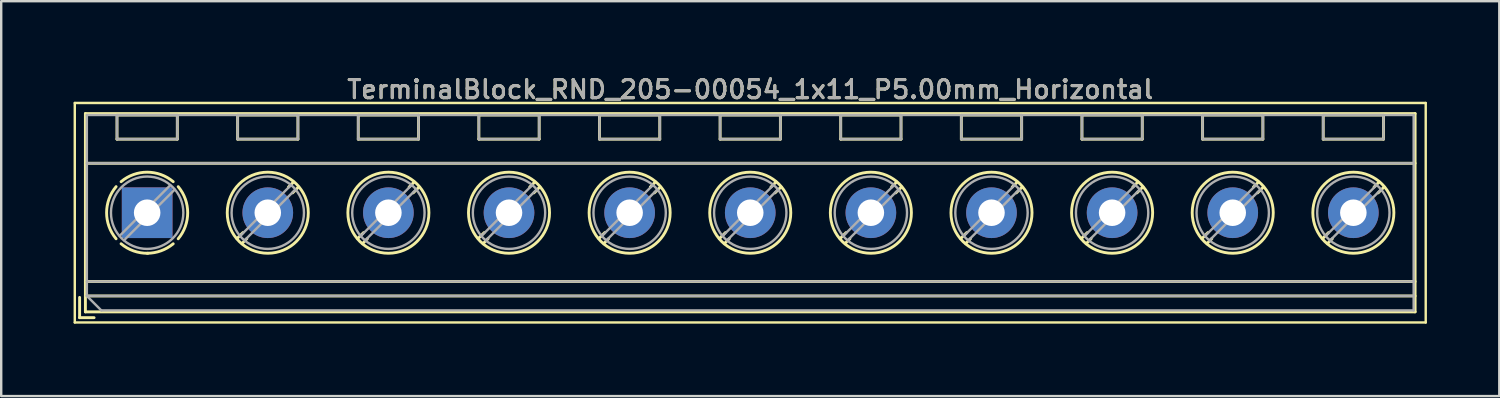
<source format=kicad_pcb>
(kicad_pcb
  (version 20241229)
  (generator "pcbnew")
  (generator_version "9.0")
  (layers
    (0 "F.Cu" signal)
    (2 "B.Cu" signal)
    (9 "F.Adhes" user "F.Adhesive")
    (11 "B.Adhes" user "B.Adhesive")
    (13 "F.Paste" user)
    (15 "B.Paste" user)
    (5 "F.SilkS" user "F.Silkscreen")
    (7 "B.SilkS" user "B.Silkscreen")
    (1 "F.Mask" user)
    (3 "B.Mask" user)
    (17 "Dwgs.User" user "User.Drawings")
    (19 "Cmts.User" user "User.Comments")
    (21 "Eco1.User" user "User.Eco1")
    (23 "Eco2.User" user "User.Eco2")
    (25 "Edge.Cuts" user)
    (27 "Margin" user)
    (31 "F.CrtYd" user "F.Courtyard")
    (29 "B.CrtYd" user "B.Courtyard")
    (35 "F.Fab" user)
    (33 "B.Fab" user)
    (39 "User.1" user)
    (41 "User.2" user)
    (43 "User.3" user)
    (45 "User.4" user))
  (footprint "TerminalBlock_RND_205-00054_1x11_P5.00mm_Horizontal"
    (layer "F.Cu")
    (at 3.05 5.768)
    (property "Reference" "TerminalBlock_RND_205-00054_1x11_P5.00mm_Horizontal" (at 25 -5.11 0) (layer "F.SilkS") (effects (font (size 0.75 0.75) (thickness 0.125))))
    (attr through_hole)
    (fp_line (start -3 -4.55) (end -3 4.55) (stroke (width 0.1) (type solid)) (layer "F.SilkS"))
    (fp_line (start -3 4.55) (end 53 4.55) (stroke (width 0.1) (type solid)) (layer "F.SilkS"))
    (fp_line (start -2.8 3.51) (end -2.8 4.35) (stroke (width 0.12) (type solid)) (layer "F.SilkS"))
    (fp_line (start -2.8 4.35) (end -2.2 4.35) (stroke (width 0.12) (type solid)) (layer "F.SilkS"))
    (fp_line (start -2.56 -4.11) (end -2.56 4.11) (stroke (width 0.12) (type solid)) (layer "F.SilkS"))
    (fp_line (start -2.56 -4.11) (end 52.56 -4.11) (stroke (width 0.12) (type solid)) (layer "F.SilkS"))
    (fp_line (start -2.56 -2.05) (end 52.56 -2.05) (stroke (width 0.12) (type solid)) (layer "F.SilkS"))
    (fp_line (start -2.56 2.85) (end 52.56 2.85) (stroke (width 0.12) (type solid)) (layer "F.SilkS"))
    (fp_line (start -2.56 3.45) (end 52.56 3.45) (stroke (width 0.12) (type solid)) (layer "F.SilkS"))
    (fp_line (start -2.56 4.11) (end 52.56 4.11) (stroke (width 0.12) (type solid)) (layer "F.SilkS"))
    (fp_line (start -1.25 -4.05) (end -1.25 -3.05) (stroke (width 0.12) (type solid)) (layer "F.SilkS"))
    (fp_line (start -1.25 -4.05) (end 1.25 -4.05) (stroke (width 0.12) (type solid)) (layer "F.SilkS"))
    (fp_line (start -1.25 -3.05) (end 1.25 -3.05) (stroke (width 0.12) (type solid)) (layer "F.SilkS"))
    (fp_line (start 1.25 -4.05) (end 1.25 -3.05) (stroke (width 0.12) (type solid)) (layer "F.SilkS"))
    (fp_line (start 3.75 -4.05) (end 3.75 -3.05) (stroke (width 0.12) (type solid)) (layer "F.SilkS"))
    (fp_line (start 3.75 -4.05) (end 6.25 -4.05) (stroke (width 0.12) (type solid)) (layer "F.SilkS"))
    (fp_line (start 3.75 -3.05) (end 6.25 -3.05) (stroke (width 0.12) (type solid)) (layer "F.SilkS"))
    (fp_line (start 3.972 0.823) (end 3.726 1.069) (stroke (width 0.12) (type solid)) (layer "F.SilkS"))
    (fp_line (start 4.13 1.075) (end 3.931 1.274) (stroke (width 0.12) (type solid)) (layer "F.SilkS"))
    (fp_line (start 6.07 -1.275) (end 5.859 -1.064) (stroke (width 0.12) (type solid)) (layer "F.SilkS"))
    (fp_line (start 6.25 -4.05) (end 6.25 -3.05) (stroke (width 0.12) (type solid)) (layer "F.SilkS"))
    (fp_line (start 6.275 -1.069) (end 6.029 -0.823) (stroke (width 0.12) (type solid)) (layer "F.SilkS"))
    (fp_line (start 8.75 -4.05) (end 8.75 -3.05) (stroke (width 0.12) (type solid)) (layer "F.SilkS"))
    (fp_line (start 8.75 -4.05) (end 11.25 -4.05) (stroke (width 0.12) (type solid)) (layer "F.SilkS"))
    (fp_line (start 8.75 -3.05) (end 11.25 -3.05) (stroke (width 0.12) (type solid)) (layer "F.SilkS"))
    (fp_line (start 8.972 0.823) (end 8.726 1.069) (stroke (width 0.12) (type solid)) (layer "F.SilkS"))
    (fp_line (start 9.13 1.075) (end 8.931 1.274) (stroke (width 0.12) (type solid)) (layer "F.SilkS"))
    (fp_line (start 11.07 -1.275) (end 10.859 -1.064) (stroke (width 0.12) (type solid)) (layer "F.SilkS"))
    (fp_line (start 11.25 -4.05) (end 11.25 -3.05) (stroke (width 0.12) (type solid)) (layer "F.SilkS"))
    (fp_line (start 11.275 -1.069) (end 11.029 -0.823) (stroke (width 0.12) (type solid)) (layer "F.SilkS"))
    (fp_line (start 13.75 -4.05) (end 13.75 -3.05) (stroke (width 0.12) (type solid)) (layer "F.SilkS"))
    (fp_line (start 13.75 -4.05) (end 16.25 -4.05) (stroke (width 0.12) (type solid)) (layer "F.SilkS"))
    (fp_line (start 13.75 -3.05) (end 16.25 -3.05) (stroke (width 0.12) (type solid)) (layer "F.SilkS"))
    (fp_line (start 13.972 0.823) (end 13.726 1.069) (stroke (width 0.12) (type solid)) (layer "F.SilkS"))
    (fp_line (start 14.13 1.075) (end 13.931 1.274) (stroke (width 0.12) (type solid)) (layer "F.SilkS"))
    (fp_line (start 16.07 -1.275) (end 15.859 -1.064) (stroke (width 0.12) (type solid)) (layer "F.SilkS"))
    (fp_line (start 16.25 -4.05) (end 16.25 -3.05) (stroke (width 0.12) (type solid)) (layer "F.SilkS"))
    (fp_line (start 16.275 -1.069) (end 16.029 -0.823) (stroke (width 0.12) (type solid)) (layer "F.SilkS"))
    (fp_line (start 18.75 -4.05) (end 18.75 -3.05) (stroke (width 0.12) (type solid)) (layer "F.SilkS"))
    (fp_line (start 18.75 -4.05) (end 21.25 -4.05) (stroke (width 0.12) (type solid)) (layer "F.SilkS"))
    (fp_line (start 18.75 -3.05) (end 21.25 -3.05) (stroke (width 0.12) (type solid)) (layer "F.SilkS"))
    (fp_line (start 18.972 0.823) (end 18.726 1.069) (stroke (width 0.12) (type solid)) (layer "F.SilkS"))
    (fp_line (start 19.13 1.075) (end 18.931 1.274) (stroke (width 0.12) (type solid)) (layer "F.SilkS"))
    (fp_line (start 21.07 -1.275) (end 20.859 -1.064) (stroke (width 0.12) (type solid)) (layer "F.SilkS"))
    (fp_line (start 21.25 -4.05) (end 21.25 -3.05) (stroke (width 0.12) (type solid)) (layer "F.SilkS"))
    (fp_line (start 21.275 -1.069) (end 21.029 -0.823) (stroke (width 0.12) (type solid)) (layer "F.SilkS"))
    (fp_line (start 23.75 -4.05) (end 23.75 -3.05) (stroke (width 0.12) (type solid)) (layer "F.SilkS"))
    (fp_line (start 23.75 -4.05) (end 26.25 -4.05) (stroke (width 0.12) (type solid)) (layer "F.SilkS"))
    (fp_line (start 23.75 -3.05) (end 26.25 -3.05) (stroke (width 0.12) (type solid)) (layer "F.SilkS"))
    (fp_line (start 23.972 0.823) (end 23.726 1.069) (stroke (width 0.12) (type solid)) (layer "F.SilkS"))
    (fp_line (start 24.13 1.075) (end 23.931 1.274) (stroke (width 0.12) (type solid)) (layer "F.SilkS"))
    (fp_line (start 26.07 -1.275) (end 25.859 -1.064) (stroke (width 0.12) (type solid)) (layer "F.SilkS"))
    (fp_line (start 26.25 -4.05) (end 26.25 -3.05) (stroke (width 0.12) (type solid)) (layer "F.SilkS"))
    (fp_line (start 26.275 -1.069) (end 26.029 -0.823) (stroke (width 0.12) (type solid)) (layer "F.SilkS"))
    (fp_line (start 28.75 -4.05) (end 28.75 -3.05) (stroke (width 0.12) (type solid)) (layer "F.SilkS"))
    (fp_line (start 28.75 -4.05) (end 31.25 -4.05) (stroke (width 0.12) (type solid)) (layer "F.SilkS"))
    (fp_line (start 28.75 -3.05) (end 31.25 -3.05) (stroke (width 0.12) (type solid)) (layer "F.SilkS"))
    (fp_line (start 28.972 0.823) (end 28.726 1.069) (stroke (width 0.12) (type solid)) (layer "F.SilkS"))
    (fp_line (start 29.13 1.075) (end 28.931 1.274) (stroke (width 0.12) (type solid)) (layer "F.SilkS"))
    (fp_line (start 31.07 -1.275) (end 30.859 -1.064) (stroke (width 0.12) (type solid)) (layer "F.SilkS"))
    (fp_line (start 31.25 -4.05) (end 31.25 -3.05) (stroke (width 0.12) (type solid)) (layer "F.SilkS"))
    (fp_line (start 31.275 -1.069) (end 31.029 -0.823) (stroke (width 0.12) (type solid)) (layer "F.SilkS"))
    (fp_line (start 33.75 -4.05) (end 33.75 -3.05) (stroke (width 0.12) (type solid)) (layer "F.SilkS"))
    (fp_line (start 33.75 -4.05) (end 36.25 -4.05) (stroke (width 0.12) (type solid)) (layer "F.SilkS"))
    (fp_line (start 33.75 -3.05) (end 36.25 -3.05) (stroke (width 0.12) (type solid)) (layer "F.SilkS"))
    (fp_line (start 33.972 0.823) (end 33.726 1.069) (stroke (width 0.12) (type solid)) (layer "F.SilkS"))
    (fp_line (start 34.13 1.075) (end 33.931 1.274) (stroke (width 0.12) (type solid)) (layer "F.SilkS"))
    (fp_line (start 36.07 -1.275) (end 35.859 -1.064) (stroke (width 0.12) (type solid)) (layer "F.SilkS"))
    (fp_line (start 36.25 -4.05) (end 36.25 -3.05) (stroke (width 0.12) (type solid)) (layer "F.SilkS"))
    (fp_line (start 36.275 -1.069) (end 36.029 -0.823) (stroke (width 0.12) (type solid)) (layer "F.SilkS"))
    (fp_line (start 38.75 -4.05) (end 38.75 -3.05) (stroke (width 0.12) (type solid)) (layer "F.SilkS"))
    (fp_line (start 38.75 -4.05) (end 41.25 -4.05) (stroke (width 0.12) (type solid)) (layer "F.SilkS"))
    (fp_line (start 38.75 -3.05) (end 41.25 -3.05) (stroke (width 0.12) (type solid)) (layer "F.SilkS"))
    (fp_line (start 38.972 0.823) (end 38.726 1.069) (stroke (width 0.12) (type solid)) (layer "F.SilkS"))
    (fp_line (start 39.13 1.075) (end 38.931 1.274) (stroke (width 0.12) (type solid)) (layer "F.SilkS"))
    (fp_line (start 41.07 -1.275) (end 40.859 -1.064) (stroke (width 0.12) (type solid)) (layer "F.SilkS"))
    (fp_line (start 41.25 -4.05) (end 41.25 -3.05) (stroke (width 0.12) (type solid)) (layer "F.SilkS"))
    (fp_line (start 41.275 -1.069) (end 41.029 -0.823) (stroke (width 0.12) (type solid)) (layer "F.SilkS"))
    (fp_line (start 43.75 -4.05) (end 43.75 -3.05) (stroke (width 0.12) (type solid)) (layer "F.SilkS"))
    (fp_line (start 43.75 -4.05) (end 46.25 -4.05) (stroke (width 0.12) (type solid)) (layer "F.SilkS"))
    (fp_line (start 43.75 -3.05) (end 46.25 -3.05) (stroke (width 0.12) (type solid)) (layer "F.SilkS"))
    (fp_line (start 43.972 0.823) (end 43.726 1.069) (stroke (width 0.12) (type solid)) (layer "F.SilkS"))
    (fp_line (start 44.13 1.075) (end 43.931 1.274) (stroke (width 0.12) (type solid)) (layer "F.SilkS"))
    (fp_line (start 46.07 -1.275) (end 45.859 -1.064) (stroke (width 0.12) (type solid)) (layer "F.SilkS"))
    (fp_line (start 46.25 -4.05) (end 46.25 -3.05) (stroke (width 0.12) (type solid)) (layer "F.SilkS"))
    (fp_line (start 46.275 -1.069) (end 46.029 -0.823) (stroke (width 0.12) (type solid)) (layer "F.SilkS"))
    (fp_line (start 48.75 -4.05) (end 48.75 -3.05) (stroke (width 0.12) (type solid)) (layer "F.SilkS"))
    (fp_line (start 48.75 -4.05) (end 51.25 -4.05) (stroke (width 0.12) (type solid)) (layer "F.SilkS"))
    (fp_line (start 48.75 -3.05) (end 51.25 -3.05) (stroke (width 0.12) (type solid)) (layer "F.SilkS"))
    (fp_line (start 48.972 0.823) (end 48.726 1.069) (stroke (width 0.12) (type solid)) (layer "F.SilkS"))
    (fp_line (start 49.13 1.075) (end 48.931 1.274) (stroke (width 0.12) (type solid)) (layer "F.SilkS"))
    (fp_line (start 51.07 -1.275) (end 50.859 -1.064) (stroke (width 0.12) (type solid)) (layer "F.SilkS"))
    (fp_line (start 51.25 -4.05) (end 51.25 -3.05) (stroke (width 0.12) (type solid)) (layer "F.SilkS"))
    (fp_line (start 51.275 -1.069) (end 51.029 -0.823) (stroke (width 0.12) (type solid)) (layer "F.SilkS"))
    (fp_line (start 52.56 -4.11) (end 52.56 4.11) (stroke (width 0.12) (type solid)) (layer "F.SilkS"))
    (fp_line (start 53 -4.55) (end -3 -4.55) (stroke (width 0.1) (type solid)) (layer "F.SilkS"))
    (fp_line (start 53 4.55) (end 53 -4.55) (stroke (width 0.1) (type solid)) (layer "F.SilkS"))
    (fp_arc (start -1.288062 1.079734) (mid -1.680752 -0.000826) (end -1.287 -1.081) (stroke (width 0.12) (type solid)) (layer "F.SilkS"))
    (fp_arc (start -1.079908 -1.287078) (mid 0.00006 -1.68011) (end 1.08 -1.287) (stroke (width 0.12) (type solid)) (layer "F.SilkS"))
    (fp_arc (start 0.028507 1.680511) (mid -0.561826 1.584071) (end -1.081 1.287) (stroke (width 0.12) (type solid)) (layer "F.SilkS"))
    (fp_arc (start 1.079883 1.286955) (mid 0.574594 1.578684) (end 0 1.68) (stroke (width 0.12) (type solid)) (layer "F.SilkS"))
    (fp_arc (start 1.287078 -1.079908) (mid 1.68011 0.00006) (end 1.287 1.08) (stroke (width 0.12) (type solid)) (layer "F.SilkS"))
    (fp_circle (center 5 0) (end 6.68 0) (stroke (width 0.12) (type solid)) (fill no) (layer "F.SilkS"))
    (fp_circle (center 10 0) (end 11.68 0) (stroke (width 0.12) (type solid)) (fill no) (layer "F.SilkS"))
    (fp_circle (center 15 0) (end 16.68 0) (stroke (width 0.12) (type solid)) (fill no) (layer "F.SilkS"))
    (fp_circle (center 20 0) (end 21.68 0) (stroke (width 0.12) (type solid)) (fill no) (layer "F.SilkS"))
    (fp_circle (center 25 0) (end 26.68 0) (stroke (width 0.12) (type solid)) (fill no) (layer "F.SilkS"))
    (fp_circle (center 30 0) (end 31.68 0) (stroke (width 0.12) (type solid)) (fill no) (layer "F.SilkS"))
    (fp_circle (center 35 0) (end 36.68 0) (stroke (width 0.12) (type solid)) (fill no) (layer "F.SilkS"))
    (fp_circle (center 40 0) (end 41.68 0) (stroke (width 0.12) (type solid)) (fill no) (layer "F.SilkS"))
    (fp_circle (center 45 0) (end 46.68 0) (stroke (width 0.12) (type solid)) (fill no) (layer "F.SilkS"))
    (fp_circle (center 50 0) (end 51.68 0) (stroke (width 0.12) (type solid)) (fill no) (layer "F.SilkS"))
    (fp_line (start -2.5 -4.05) (end 52.5 -4.05) (stroke (width 0.1) (type solid)) (layer "F.Fab"))
    (fp_line (start -2.5 -2.05) (end 52.5 -2.05) (stroke (width 0.1) (type solid)) (layer "F.Fab"))
    (fp_line (start -2.5 2.85) (end 52.5 2.85) (stroke (width 0.1) (type solid)) (layer "F.Fab"))
    (fp_line (start -2.5 3.45) (end -2.5 -4.05) (stroke (width 0.1) (type solid)) (layer "F.Fab"))
    (fp_line (start -2.5 3.45) (end 52.5 3.45) (stroke (width 0.1) (type solid)) (layer "F.Fab"))
    (fp_line (start -1.9 4.05) (end -2.5 3.45) (stroke (width 0.1) (type solid)) (layer "F.Fab"))
    (fp_line (start -1.25 -4.05) (end -1.25 -3.05) (stroke (width 0.1) (type solid)) (layer "F.Fab"))
    (fp_line (start -1.25 -3.05) (end 1.25 -3.05) (stroke (width 0.1) (type solid)) (layer "F.Fab"))
    (fp_line (start 0.955 -1.138) (end -1.138 0.955) (stroke (width 0.1) (type solid)) (layer "F.Fab"))
    (fp_line (start 1.138 -0.955) (end -0.955 1.138) (stroke (width 0.1) (type solid)) (layer "F.Fab"))
    (fp_line (start 1.25 -4.05) (end -1.25 -4.05) (stroke (width 0.1) (type solid)) (layer "F.Fab"))
    (fp_line (start 1.25 -3.05) (end 1.25 -4.05) (stroke (width 0.1) (type solid)) (layer "F.Fab"))
    (fp_line (start 3.75 -4.05) (end 3.75 -3.05) (stroke (width 0.1) (type solid)) (layer "F.Fab"))
    (fp_line (start 3.75 -3.05) (end 6.25 -3.05) (stroke (width 0.1) (type solid)) (layer "F.Fab"))
    (fp_line (start 5.955 -1.138) (end 3.863 0.955) (stroke (width 0.1) (type solid)) (layer "F.Fab"))
    (fp_line (start 6.138 -0.955) (end 4.046 1.138) (stroke (width 0.1) (type solid)) (layer "F.Fab"))
    (fp_line (start 6.25 -4.05) (end 3.75 -4.05) (stroke (width 0.1) (type solid)) (layer "F.Fab"))
    (fp_line (start 6.25 -3.05) (end 6.25 -4.05) (stroke (width 0.1) (type solid)) (layer "F.Fab"))
    (fp_line (start 8.75 -4.05) (end 8.75 -3.05) (stroke (width 0.1) (type solid)) (layer "F.Fab"))
    (fp_line (start 8.75 -3.05) (end 11.25 -3.05) (stroke (width 0.1) (type solid)) (layer "F.Fab"))
    (fp_line (start 10.955 -1.138) (end 8.863 0.955) (stroke (width 0.1) (type solid)) (layer "F.Fab"))
    (fp_line (start 11.138 -0.955) (end 9.046 1.138) (stroke (width 0.1) (type solid)) (layer "F.Fab"))
    (fp_line (start 11.25 -4.05) (end 8.75 -4.05) (stroke (width 0.1) (type solid)) (layer "F.Fab"))
    (fp_line (start 11.25 -3.05) (end 11.25 -4.05) (stroke (width 0.1) (type solid)) (layer "F.Fab"))
    (fp_line (start 13.75 -4.05) (end 13.75 -3.05) (stroke (width 0.1) (type solid)) (layer "F.Fab"))
    (fp_line (start 13.75 -3.05) (end 16.25 -3.05) (stroke (width 0.1) (type solid)) (layer "F.Fab"))
    (fp_line (start 15.955 -1.138) (end 13.863 0.955) (stroke (width 0.1) (type solid)) (layer "F.Fab"))
    (fp_line (start 16.138 -0.955) (end 14.046 1.138) (stroke (width 0.1) (type solid)) (layer "F.Fab"))
    (fp_line (start 16.25 -4.05) (end 13.75 -4.05) (stroke (width 0.1) (type solid)) (layer "F.Fab"))
    (fp_line (start 16.25 -3.05) (end 16.25 -4.05) (stroke (width 0.1) (type solid)) (layer "F.Fab"))
    (fp_line (start 18.75 -4.05) (end 18.75 -3.05) (stroke (width 0.1) (type solid)) (layer "F.Fab"))
    (fp_line (start 18.75 -3.05) (end 21.25 -3.05) (stroke (width 0.1) (type solid)) (layer "F.Fab"))
    (fp_line (start 20.955 -1.138) (end 18.863 0.955) (stroke (width 0.1) (type solid)) (layer "F.Fab"))
    (fp_line (start 21.138 -0.955) (end 19.046 1.138) (stroke (width 0.1) (type solid)) (layer "F.Fab"))
    (fp_line (start 21.25 -4.05) (end 18.75 -4.05) (stroke (width 0.1) (type solid)) (layer "F.Fab"))
    (fp_line (start 21.25 -3.05) (end 21.25 -4.05) (stroke (width 0.1) (type solid)) (layer "F.Fab"))
    (fp_line (start 23.75 -4.05) (end 23.75 -3.05) (stroke (width 0.1) (type solid)) (layer "F.Fab"))
    (fp_line (start 23.75 -3.05) (end 26.25 -3.05) (stroke (width 0.1) (type solid)) (layer "F.Fab"))
    (fp_line (start 25.955 -1.138) (end 23.863 0.955) (stroke (width 0.1) (type solid)) (layer "F.Fab"))
    (fp_line (start 26.138 -0.955) (end 24.046 1.138) (stroke (width 0.1) (type solid)) (layer "F.Fab"))
    (fp_line (start 26.25 -4.05) (end 23.75 -4.05) (stroke (width 0.1) (type solid)) (layer "F.Fab"))
    (fp_line (start 26.25 -3.05) (end 26.25 -4.05) (stroke (width 0.1) (type solid)) (layer "F.Fab"))
    (fp_line (start 28.75 -4.05) (end 28.75 -3.05) (stroke (width 0.1) (type solid)) (layer "F.Fab"))
    (fp_line (start 28.75 -3.05) (end 31.25 -3.05) (stroke (width 0.1) (type solid)) (layer "F.Fab"))
    (fp_line (start 30.955 -1.138) (end 28.863 0.955) (stroke (width 0.1) (type solid)) (layer "F.Fab"))
    (fp_line (start 31.138 -0.955) (end 29.046 1.138) (stroke (width 0.1) (type solid)) (layer "F.Fab"))
    (fp_line (start 31.25 -4.05) (end 28.75 -4.05) (stroke (width 0.1) (type solid)) (layer "F.Fab"))
    (fp_line (start 31.25 -3.05) (end 31.25 -4.05) (stroke (width 0.1) (type solid)) (layer "F.Fab"))
    (fp_line (start 33.75 -4.05) (end 33.75 -3.05) (stroke (width 0.1) (type solid)) (layer "F.Fab"))
    (fp_line (start 33.75 -3.05) (end 36.25 -3.05) (stroke (width 0.1) (type solid)) (layer "F.Fab"))
    (fp_line (start 35.955 -1.138) (end 33.863 0.955) (stroke (width 0.1) (type solid)) (layer "F.Fab"))
    (fp_line (start 36.138 -0.955) (end 34.046 1.138) (stroke (width 0.1) (type solid)) (layer "F.Fab"))
    (fp_line (start 36.25 -4.05) (end 33.75 -4.05) (stroke (width 0.1) (type solid)) (layer "F.Fab"))
    (fp_line (start 36.25 -3.05) (end 36.25 -4.05) (stroke (width 0.1) (type solid)) (layer "F.Fab"))
    (fp_line (start 38.75 -4.05) (end 38.75 -3.05) (stroke (width 0.1) (type solid)) (layer "F.Fab"))
    (fp_line (start 38.75 -3.05) (end 41.25 -3.05) (stroke (width 0.1) (type solid)) (layer "F.Fab"))
    (fp_line (start 40.955 -1.138) (end 38.863 0.955) (stroke (width 0.1) (type solid)) (layer "F.Fab"))
    (fp_line (start 41.138 -0.955) (end 39.046 1.138) (stroke (width 0.1) (type solid)) (layer "F.Fab"))
    (fp_line (start 41.25 -4.05) (end 38.75 -4.05) (stroke (width 0.1) (type solid)) (layer "F.Fab"))
    (fp_line (start 41.25 -3.05) (end 41.25 -4.05) (stroke (width 0.1) (type solid)) (layer "F.Fab"))
    (fp_line (start 43.75 -4.05) (end 43.75 -3.05) (stroke (width 0.1) (type solid)) (layer "F.Fab"))
    (fp_line (start 43.75 -3.05) (end 46.25 -3.05) (stroke (width 0.1) (type solid)) (layer "F.Fab"))
    (fp_line (start 45.955 -1.138) (end 43.863 0.955) (stroke (width 0.1) (type solid)) (layer "F.Fab"))
    (fp_line (start 46.138 -0.955) (end 44.046 1.138) (stroke (width 0.1) (type solid)) (layer "F.Fab"))
    (fp_line (start 46.25 -4.05) (end 43.75 -4.05) (stroke (width 0.1) (type solid)) (layer "F.Fab"))
    (fp_line (start 46.25 -3.05) (end 46.25 -4.05) (stroke (width 0.1) (type solid)) (layer "F.Fab"))
    (fp_line (start 48.75 -4.05) (end 48.75 -3.05) (stroke (width 0.1) (type solid)) (layer "F.Fab"))
    (fp_line (start 48.75 -3.05) (end 51.25 -3.05) (stroke (width 0.1) (type solid)) (layer "F.Fab"))
    (fp_line (start 50.955 -1.138) (end 48.863 0.955) (stroke (width 0.1) (type solid)) (layer "F.Fab"))
    (fp_line (start 51.138 -0.955) (end 49.046 1.138) (stroke (width 0.1) (type solid)) (layer "F.Fab"))
    (fp_line (start 51.25 -4.05) (end 48.75 -4.05) (stroke (width 0.1) (type solid)) (layer "F.Fab"))
    (fp_line (start 51.25 -3.05) (end 51.25 -4.05) (stroke (width 0.1) (type solid)) (layer "F.Fab"))
    (fp_line (start 52.5 -4.05) (end 52.5 4.05) (stroke (width 0.1) (type solid)) (layer "F.Fab"))
    (fp_line (start 52.5 4.05) (end -1.9 4.05) (stroke (width 0.1) (type solid)) (layer "F.Fab"))
    (fp_circle (center 0 0) (end 1.5 0) (stroke (width 0.1) (type solid)) (fill no) (layer "F.Fab"))
    (fp_circle (center 5 0) (end 6.5 0) (stroke (width 0.1) (type solid)) (fill no) (layer "F.Fab"))
    (fp_circle (center 10 0) (end 11.5 0) (stroke (width 0.1) (type solid)) (fill no) (layer "F.Fab"))
    (fp_circle (center 15 0) (end 16.5 0) (stroke (width 0.1) (type solid)) (fill no) (layer "F.Fab"))
    (fp_circle (center 20 0) (end 21.5 0) (stroke (width 0.1) (type solid)) (fill no) (layer "F.Fab"))
    (fp_circle (center 25 0) (end 26.5 0) (stroke (width 0.1) (type solid)) (fill no) (layer "F.Fab"))
    (fp_circle (center 30 0) (end 31.5 0) (stroke (width 0.1) (type solid)) (fill no) (layer "F.Fab"))
    (fp_circle (center 35 0) (end 36.5 0) (stroke (width 0.1) (type solid)) (fill no) (layer "F.Fab"))
    (fp_circle (center 40 0) (end 41.5 0) (stroke (width 0.1) (type solid)) (fill no) (layer "F.Fab"))
    (fp_circle (center 45 0) (end 46.5 0) (stroke (width 0.1) (type solid)) (fill no) (layer "F.Fab"))
    (fp_circle (center 50 0) (end 51.5 0) (stroke (width 0.1) (type solid)) (fill no) (layer "F.Fab"))
    (fp_text user "${REFERENCE}" (at 25 -5.11 0) (layer "F.Fab") (effects (font (size 0.75 0.75) (thickness 0.125))))
    (pad "1" thru_hole rect (at 0 0) (size 2.1 2.1) (drill 1.1) (layers "*.Cu" "*.Mask"))
    (pad "2" thru_hole circle (at 5 0) (size 2.1 2.1) (drill 1.1) (layers "*.Cu" "*.Mask"))
    (pad "3" thru_hole circle (at 10 0) (size 2.1 2.1) (drill 1.1) (layers "*.Cu" "*.Mask"))
    (pad "4" thru_hole circle (at 15 0) (size 2.1 2.1) (drill 1.1) (layers "*.Cu" "*.Mask"))
    (pad "5" thru_hole circle (at 20 0) (size 2.1 2.1) (drill 1.1) (layers "*.Cu" "*.Mask"))
    (pad "6" thru_hole circle (at 25 0) (size 2.1 2.1) (drill 1.1) (layers "*.Cu" "*.Mask"))
    (pad "7" thru_hole circle (at 30 0) (size 2.1 2.1) (drill 1.1) (layers "*.Cu" "*.Mask"))
    (pad "8" thru_hole circle (at 35 0) (size 2.1 2.1) (drill 1.1) (layers "*.Cu" "*.Mask"))
    (pad "9" thru_hole circle (at 40 0) (size 2.1 2.1) (drill 1.1) (layers "*.Cu" "*.Mask"))
    (pad "10" thru_hole circle (at 45 0) (size 2.1 2.1) (drill 1.1) (layers "*.Cu" "*.Mask"))
    (pad "11" thru_hole circle (at 50 0) (size 2.1 2.1) (drill 1.1) (layers "*.Cu" "*.Mask")))
  (gr_rect
    (start -3 -3)
    (end 59.1 13.368)
    (stroke (width 0.1) (type default))
    (fill no)
    (layer "Edge.Cuts")))
</source>
